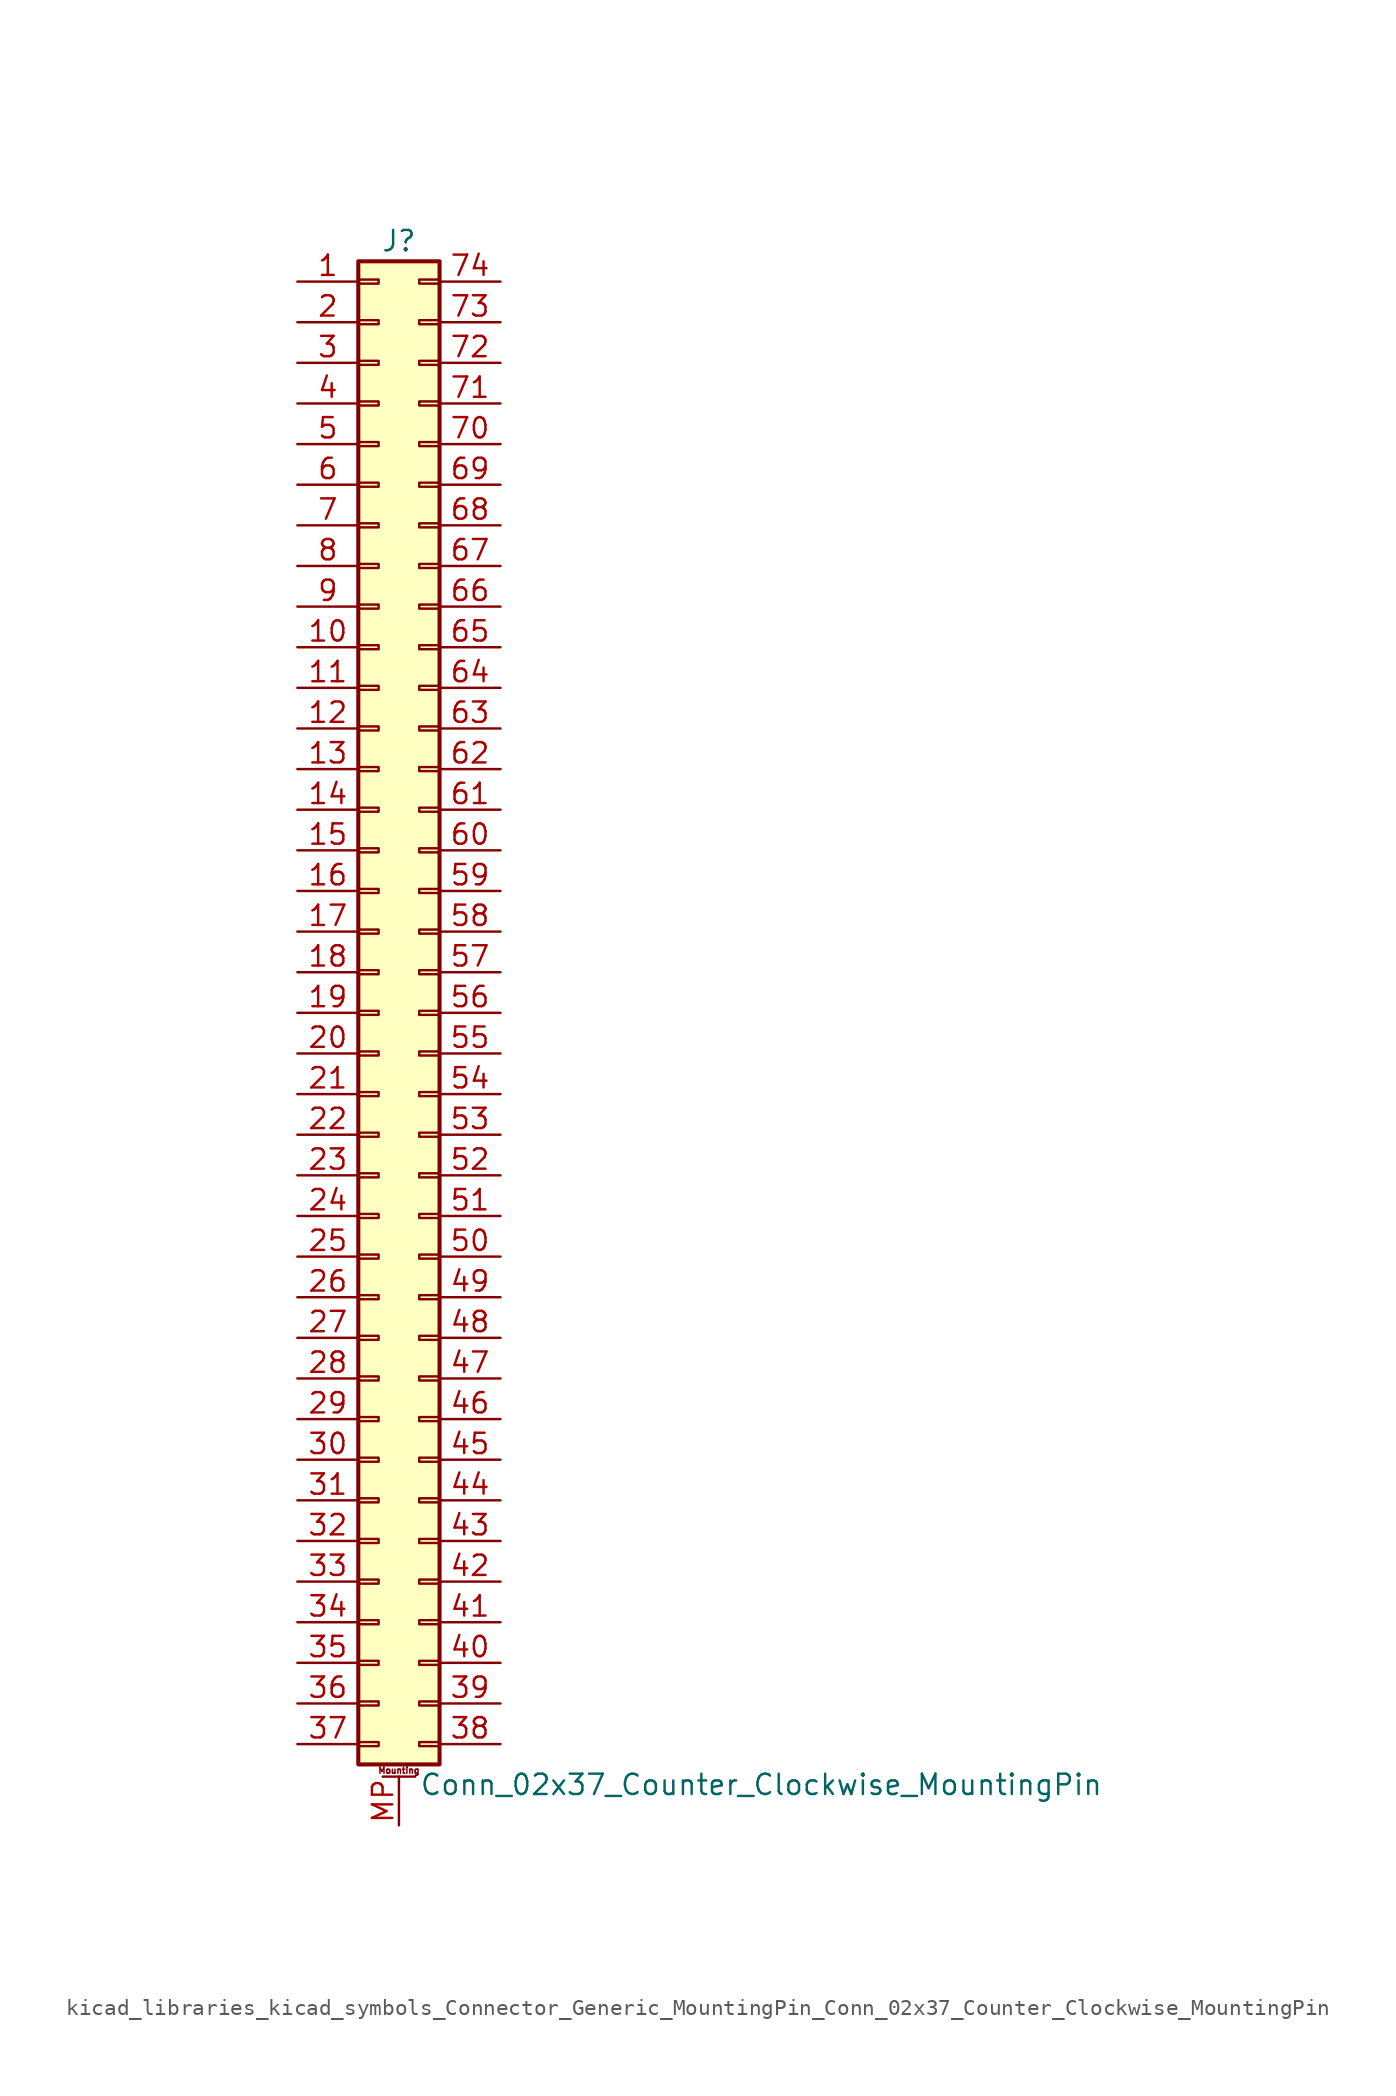
<source format=kicad_sym>
(kicad_symbol_lib
  (version 20220914)
  (generator kicad_symbol_editor)
  (symbol "kicad_libraries_kicad_symbols_Connector_Generic_MountingPin_Conn_02x37_Counter_Clockwise_MountingPin"
    (pin_names
      (offset 1.016) hide)
    (property "Reference" "J"
      (at 1.27 48.26 0)
      (effects (font (size 1.27 1.27))))
    (property "Value" "Conn_02x37_Counter_Clockwise_MountingPin"
      (at 2.54 -48.26 0)
      (effects (font (size 1.27 1.27)) (justify left)))
    (symbol "kicad_libraries_kicad_symbols_Connector_Generic_MountingPin_Conn_02x37_Counter_Clockwise_MountingPin_1_1"
      (rectangle (start -1.27 -45.593) (end 0 -45.847) (stroke (width 0.152) (type default)) (fill (type none)))
      (rectangle (start -1.27 -43.053) (end 0 -43.307) (stroke (width 0.152) (type default)) (fill (type none)))
      (rectangle (start -1.27 -40.513) (end 0 -40.767) (stroke (width 0.152) (type default)) (fill (type none)))
      (rectangle (start -1.27 -37.973) (end 0 -38.227) (stroke (width 0.152) (type default)) (fill (type none)))
      (rectangle (start -1.27 -35.433) (end 0 -35.687) (stroke (width 0.152) (type default)) (fill (type none)))
      (rectangle (start -1.27 -32.893) (end 0 -33.147) (stroke (width 0.152) (type default)) (fill (type none)))
      (rectangle (start -1.27 -30.353) (end 0 -30.607) (stroke (width 0.152) (type default)) (fill (type none)))
      (rectangle (start -1.27 -27.813) (end 0 -28.067) (stroke (width 0.152) (type default)) (fill (type none)))
      (rectangle (start -1.27 -25.273) (end 0 -25.527) (stroke (width 0.152) (type default)) (fill (type none)))
      (rectangle (start -1.27 -22.733) (end 0 -22.987) (stroke (width 0.152) (type default)) (fill (type none)))
      (rectangle (start -1.27 -20.193) (end 0 -20.447) (stroke (width 0.152) (type default)) (fill (type none)))
      (rectangle (start -1.27 -17.653) (end 0 -17.907) (stroke (width 0.152) (type default)) (fill (type none)))
      (rectangle (start -1.27 -15.113) (end 0 -15.367) (stroke (width 0.152) (type default)) (fill (type none)))
      (rectangle (start -1.27 -12.573) (end 0 -12.827) (stroke (width 0.152) (type default)) (fill (type none)))
      (rectangle (start -1.27 -10.033) (end 0 -10.287) (stroke (width 0.152) (type default)) (fill (type none)))
      (rectangle (start -1.27 -7.493) (end 0 -7.747) (stroke (width 0.152) (type default)) (fill (type none)))
      (rectangle (start -1.27 -4.953) (end 0 -5.207) (stroke (width 0.152) (type default)) (fill (type none)))
      (rectangle (start -1.27 -2.413) (end 0 -2.667) (stroke (width 0.152) (type default)) (fill (type none)))
      (rectangle (start -1.27 0.127) (end 0 -0.127) (stroke (width 0.152) (type default)) (fill (type none)))
      (rectangle (start -1.27 2.667) (end 0 2.413) (stroke (width 0.152) (type default)) (fill (type none)))
      (rectangle (start -1.27 5.207) (end 0 4.953) (stroke (width 0.152) (type default)) (fill (type none)))
      (rectangle (start -1.27 7.747) (end 0 7.493) (stroke (width 0.152) (type default)) (fill (type none)))
      (rectangle (start -1.27 10.287) (end 0 10.033) (stroke (width 0.152) (type default)) (fill (type none)))
      (rectangle (start -1.27 12.827) (end 0 12.573) (stroke (width 0.152) (type default)) (fill (type none)))
      (rectangle (start -1.27 15.367) (end 0 15.113) (stroke (width 0.152) (type default)) (fill (type none)))
      (rectangle (start -1.27 17.907) (end 0 17.653) (stroke (width 0.152) (type default)) (fill (type none)))
      (rectangle (start -1.27 20.447) (end 0 20.193) (stroke (width 0.152) (type default)) (fill (type none)))
      (rectangle (start -1.27 22.987) (end 0 22.733) (stroke (width 0.152) (type default)) (fill (type none)))
      (rectangle (start -1.27 25.527) (end 0 25.273) (stroke (width 0.152) (type default)) (fill (type none)))
      (rectangle (start -1.27 28.067) (end 0 27.813) (stroke (width 0.152) (type default)) (fill (type none)))
      (rectangle (start -1.27 30.607) (end 0 30.353) (stroke (width 0.152) (type default)) (fill (type none)))
      (rectangle (start -1.27 33.147) (end 0 32.893) (stroke (width 0.152) (type default)) (fill (type none)))
      (rectangle (start -1.27 35.687) (end 0 35.433) (stroke (width 0.152) (type default)) (fill (type none)))
      (rectangle (start -1.27 38.227) (end 0 37.973) (stroke (width 0.152) (type default)) (fill (type none)))
      (rectangle (start -1.27 40.767) (end 0 40.513) (stroke (width 0.152) (type default)) (fill (type none)))
      (rectangle (start -1.27 43.307) (end 0 43.053) (stroke (width 0.152) (type default)) (fill (type none)))
      (rectangle (start -1.27 45.847) (end 0 45.593) (stroke (width 0.152) (type default)) (fill (type none)))
      (rectangle (start -1.27 46.99) (end 3.81 -46.99) (stroke (width 0.254) (type default)) (fill (type background)))
      (polyline (pts (xy 0.254 -47.752) (xy 2.286 -47.752)) (stroke (width 0.152) (type default)) (fill (type none)))
      (rectangle (start 3.81 -45.593) (end 2.54 -45.847) (stroke (width 0.152) (type default)) (fill (type none)))
      (rectangle (start 3.81 -43.053) (end 2.54 -43.307) (stroke (width 0.152) (type default)) (fill (type none)))
      (rectangle (start 3.81 -40.513) (end 2.54 -40.767) (stroke (width 0.152) (type default)) (fill (type none)))
      (rectangle (start 3.81 -37.973) (end 2.54 -38.227) (stroke (width 0.152) (type default)) (fill (type none)))
      (rectangle (start 3.81 -35.433) (end 2.54 -35.687) (stroke (width 0.152) (type default)) (fill (type none)))
      (rectangle (start 3.81 -32.893) (end 2.54 -33.147) (stroke (width 0.152) (type default)) (fill (type none)))
      (rectangle (start 3.81 -30.353) (end 2.54 -30.607) (stroke (width 0.152) (type default)) (fill (type none)))
      (rectangle (start 3.81 -27.813) (end 2.54 -28.067) (stroke (width 0.152) (type default)) (fill (type none)))
      (rectangle (start 3.81 -25.273) (end 2.54 -25.527) (stroke (width 0.152) (type default)) (fill (type none)))
      (rectangle (start 3.81 -22.733) (end 2.54 -22.987) (stroke (width 0.152) (type default)) (fill (type none)))
      (rectangle (start 3.81 -20.193) (end 2.54 -20.447) (stroke (width 0.152) (type default)) (fill (type none)))
      (rectangle (start 3.81 -17.653) (end 2.54 -17.907) (stroke (width 0.152) (type default)) (fill (type none)))
      (rectangle (start 3.81 -15.113) (end 2.54 -15.367) (stroke (width 0.152) (type default)) (fill (type none)))
      (rectangle (start 3.81 -12.573) (end 2.54 -12.827) (stroke (width 0.152) (type default)) (fill (type none)))
      (rectangle (start 3.81 -10.033) (end 2.54 -10.287) (stroke (width 0.152) (type default)) (fill (type none)))
      (rectangle (start 3.81 -7.493) (end 2.54 -7.747) (stroke (width 0.152) (type default)) (fill (type none)))
      (rectangle (start 3.81 -4.953) (end 2.54 -5.207) (stroke (width 0.152) (type default)) (fill (type none)))
      (rectangle (start 3.81 -2.413) (end 2.54 -2.667) (stroke (width 0.152) (type default)) (fill (type none)))
      (rectangle (start 3.81 0.127) (end 2.54 -0.127) (stroke (width 0.152) (type default)) (fill (type none)))
      (rectangle (start 3.81 2.667) (end 2.54 2.413) (stroke (width 0.152) (type default)) (fill (type none)))
      (rectangle (start 3.81 5.207) (end 2.54 4.953) (stroke (width 0.152) (type default)) (fill (type none)))
      (rectangle (start 3.81 7.747) (end 2.54 7.493) (stroke (width 0.152) (type default)) (fill (type none)))
      (rectangle (start 3.81 10.287) (end 2.54 10.033) (stroke (width 0.152) (type default)) (fill (type none)))
      (rectangle (start 3.81 12.827) (end 2.54 12.573) (stroke (width 0.152) (type default)) (fill (type none)))
      (rectangle (start 3.81 15.367) (end 2.54 15.113) (stroke (width 0.152) (type default)) (fill (type none)))
      (rectangle (start 3.81 17.907) (end 2.54 17.653) (stroke (width 0.152) (type default)) (fill (type none)))
      (rectangle (start 3.81 20.447) (end 2.54 20.193) (stroke (width 0.152) (type default)) (fill (type none)))
      (rectangle (start 3.81 22.987) (end 2.54 22.733) (stroke (width 0.152) (type default)) (fill (type none)))
      (rectangle (start 3.81 25.527) (end 2.54 25.273) (stroke (width 0.152) (type default)) (fill (type none)))
      (rectangle (start 3.81 28.067) (end 2.54 27.813) (stroke (width 0.152) (type default)) (fill (type none)))
      (rectangle (start 3.81 30.607) (end 2.54 30.353) (stroke (width 0.152) (type default)) (fill (type none)))
      (rectangle (start 3.81 33.147) (end 2.54 32.893) (stroke (width 0.152) (type default)) (fill (type none)))
      (rectangle (start 3.81 35.687) (end 2.54 35.433) (stroke (width 0.152) (type default)) (fill (type none)))
      (rectangle (start 3.81 38.227) (end 2.54 37.973) (stroke (width 0.152) (type default)) (fill (type none)))
      (rectangle (start 3.81 40.767) (end 2.54 40.513) (stroke (width 0.152) (type default)) (fill (type none)))
      (rectangle (start 3.81 43.307) (end 2.54 43.053) (stroke (width 0.152) (type default)) (fill (type none)))
      (rectangle (start 3.81 45.847) (end 2.54 45.593) (stroke (width 0.152) (type default)) (fill (type none)))
      (text "Mounting" (at 1.27 -47.371 0) (effects (font (size 0.381 0.381))))
      (pin passive line (at -5.08 45.72 0) (length 3.81) (name "Pin_1" (effects (font (size 1.27 1.27)))) (number "1" (effects (font (size 1.27 1.27)))))
      (pin passive line (at -5.08 22.86 0) (length 3.81) (name "Pin_10" (effects (font (size 1.27 1.27)))) (number "10" (effects (font (size 1.27 1.27)))))
      (pin passive line (at -5.08 20.32 0) (length 3.81) (name "Pin_11" (effects (font (size 1.27 1.27)))) (number "11" (effects (font (size 1.27 1.27)))))
      (pin passive line (at -5.08 17.78 0) (length 3.81) (name "Pin_12" (effects (font (size 1.27 1.27)))) (number "12" (effects (font (size 1.27 1.27)))))
      (pin passive line (at -5.08 15.24 0) (length 3.81) (name "Pin_13" (effects (font (size 1.27 1.27)))) (number "13" (effects (font (size 1.27 1.27)))))
      (pin passive line (at -5.08 12.7 0) (length 3.81) (name "Pin_14" (effects (font (size 1.27 1.27)))) (number "14" (effects (font (size 1.27 1.27)))))
      (pin passive line (at -5.08 10.16 0) (length 3.81) (name "Pin_15" (effects (font (size 1.27 1.27)))) (number "15" (effects (font (size 1.27 1.27)))))
      (pin passive line (at -5.08 7.62 0) (length 3.81) (name "Pin_16" (effects (font (size 1.27 1.27)))) (number "16" (effects (font (size 1.27 1.27)))))
      (pin passive line (at -5.08 5.08 0) (length 3.81) (name "Pin_17" (effects (font (size 1.27 1.27)))) (number "17" (effects (font (size 1.27 1.27)))))
      (pin passive line (at -5.08 2.54 0) (length 3.81) (name "Pin_18" (effects (font (size 1.27 1.27)))) (number "18" (effects (font (size 1.27 1.27)))))
      (pin passive line (at -5.08 0 0) (length 3.81) (name "Pin_19" (effects (font (size 1.27 1.27)))) (number "19" (effects (font (size 1.27 1.27)))))
      (pin passive line (at -5.08 43.18 0) (length 3.81) (name "Pin_2" (effects (font (size 1.27 1.27)))) (number "2" (effects (font (size 1.27 1.27)))))
      (pin passive line (at -5.08 -2.54 0) (length 3.81) (name "Pin_20" (effects (font (size 1.27 1.27)))) (number "20" (effects (font (size 1.27 1.27)))))
      (pin passive line (at -5.08 -5.08 0) (length 3.81) (name "Pin_21" (effects (font (size 1.27 1.27)))) (number "21" (effects (font (size 1.27 1.27)))))
      (pin passive line (at -5.08 -7.62 0) (length 3.81) (name "Pin_22" (effects (font (size 1.27 1.27)))) (number "22" (effects (font (size 1.27 1.27)))))
      (pin passive line (at -5.08 -10.16 0) (length 3.81) (name "Pin_23" (effects (font (size 1.27 1.27)))) (number "23" (effects (font (size 1.27 1.27)))))
      (pin passive line (at -5.08 -12.7 0) (length 3.81) (name "Pin_24" (effects (font (size 1.27 1.27)))) (number "24" (effects (font (size 1.27 1.27)))))
      (pin passive line (at -5.08 -15.24 0) (length 3.81) (name "Pin_25" (effects (font (size 1.27 1.27)))) (number "25" (effects (font (size 1.27 1.27)))))
      (pin passive line (at -5.08 -17.78 0) (length 3.81) (name "Pin_26" (effects (font (size 1.27 1.27)))) (number "26" (effects (font (size 1.27 1.27)))))
      (pin passive line (at -5.08 -20.32 0) (length 3.81) (name "Pin_27" (effects (font (size 1.27 1.27)))) (number "27" (effects (font (size 1.27 1.27)))))
      (pin passive line (at -5.08 -22.86 0) (length 3.81) (name "Pin_28" (effects (font (size 1.27 1.27)))) (number "28" (effects (font (size 1.27 1.27)))))
      (pin passive line (at -5.08 -25.4 0) (length 3.81) (name "Pin_29" (effects (font (size 1.27 1.27)))) (number "29" (effects (font (size 1.27 1.27)))))
      (pin passive line (at -5.08 40.64 0) (length 3.81) (name "Pin_3" (effects (font (size 1.27 1.27)))) (number "3" (effects (font (size 1.27 1.27)))))
      (pin passive line (at -5.08 -27.94 0) (length 3.81) (name "Pin_30" (effects (font (size 1.27 1.27)))) (number "30" (effects (font (size 1.27 1.27)))))
      (pin passive line (at -5.08 -30.48 0) (length 3.81) (name "Pin_31" (effects (font (size 1.27 1.27)))) (number "31" (effects (font (size 1.27 1.27)))))
      (pin passive line (at -5.08 -33.02 0) (length 3.81) (name "Pin_32" (effects (font (size 1.27 1.27)))) (number "32" (effects (font (size 1.27 1.27)))))
      (pin passive line (at -5.08 -35.56 0) (length 3.81) (name "Pin_33" (effects (font (size 1.27 1.27)))) (number "33" (effects (font (size 1.27 1.27)))))
      (pin passive line (at -5.08 -38.1 0) (length 3.81) (name "Pin_34" (effects (font (size 1.27 1.27)))) (number "34" (effects (font (size 1.27 1.27)))))
      (pin passive line (at -5.08 -40.64 0) (length 3.81) (name "Pin_35" (effects (font (size 1.27 1.27)))) (number "35" (effects (font (size 1.27 1.27)))))
      (pin passive line (at -5.08 -43.18 0) (length 3.81) (name "Pin_36" (effects (font (size 1.27 1.27)))) (number "36" (effects (font (size 1.27 1.27)))))
      (pin passive line (at -5.08 -45.72 0) (length 3.81) (name "Pin_37" (effects (font (size 1.27 1.27)))) (number "37" (effects (font (size 1.27 1.27)))))
      (pin passive line (at 7.62 -45.72 180) (length 3.81) (name "Pin_38" (effects (font (size 1.27 1.27)))) (number "38" (effects (font (size 1.27 1.27)))))
      (pin passive line (at 7.62 -43.18 180) (length 3.81) (name "Pin_39" (effects (font (size 1.27 1.27)))) (number "39" (effects (font (size 1.27 1.27)))))
      (pin passive line (at -5.08 38.1 0) (length 3.81) (name "Pin_4" (effects (font (size 1.27 1.27)))) (number "4" (effects (font (size 1.27 1.27)))))
      (pin passive line (at 7.62 -40.64 180) (length 3.81) (name "Pin_40" (effects (font (size 1.27 1.27)))) (number "40" (effects (font (size 1.27 1.27)))))
      (pin passive line (at 7.62 -38.1 180) (length 3.81) (name "Pin_41" (effects (font (size 1.27 1.27)))) (number "41" (effects (font (size 1.27 1.27)))))
      (pin passive line (at 7.62 -35.56 180) (length 3.81) (name "Pin_42" (effects (font (size 1.27 1.27)))) (number "42" (effects (font (size 1.27 1.27)))))
      (pin passive line (at 7.62 -33.02 180) (length 3.81) (name "Pin_43" (effects (font (size 1.27 1.27)))) (number "43" (effects (font (size 1.27 1.27)))))
      (pin passive line (at 7.62 -30.48 180) (length 3.81) (name "Pin_44" (effects (font (size 1.27 1.27)))) (number "44" (effects (font (size 1.27 1.27)))))
      (pin passive line (at 7.62 -27.94 180) (length 3.81) (name "Pin_45" (effects (font (size 1.27 1.27)))) (number "45" (effects (font (size 1.27 1.27)))))
      (pin passive line (at 7.62 -25.4 180) (length 3.81) (name "Pin_46" (effects (font (size 1.27 1.27)))) (number "46" (effects (font (size 1.27 1.27)))))
      (pin passive line (at 7.62 -22.86 180) (length 3.81) (name "Pin_47" (effects (font (size 1.27 1.27)))) (number "47" (effects (font (size 1.27 1.27)))))
      (pin passive line (at 7.62 -20.32 180) (length 3.81) (name "Pin_48" (effects (font (size 1.27 1.27)))) (number "48" (effects (font (size 1.27 1.27)))))
      (pin passive line (at 7.62 -17.78 180) (length 3.81) (name "Pin_49" (effects (font (size 1.27 1.27)))) (number "49" (effects (font (size 1.27 1.27)))))
      (pin passive line (at -5.08 35.56 0) (length 3.81) (name "Pin_5" (effects (font (size 1.27 1.27)))) (number "5" (effects (font (size 1.27 1.27)))))
      (pin passive line (at 7.62 -15.24 180) (length 3.81) (name "Pin_50" (effects (font (size 1.27 1.27)))) (number "50" (effects (font (size 1.27 1.27)))))
      (pin passive line (at 7.62 -12.7 180) (length 3.81) (name "Pin_51" (effects (font (size 1.27 1.27)))) (number "51" (effects (font (size 1.27 1.27)))))
      (pin passive line (at 7.62 -10.16 180) (length 3.81) (name "Pin_52" (effects (font (size 1.27 1.27)))) (number "52" (effects (font (size 1.27 1.27)))))
      (pin passive line (at 7.62 -7.62 180) (length 3.81) (name "Pin_53" (effects (font (size 1.27 1.27)))) (number "53" (effects (font (size 1.27 1.27)))))
      (pin passive line (at 7.62 -5.08 180) (length 3.81) (name "Pin_54" (effects (font (size 1.27 1.27)))) (number "54" (effects (font (size 1.27 1.27)))))
      (pin passive line (at 7.62 -2.54 180) (length 3.81) (name "Pin_55" (effects (font (size 1.27 1.27)))) (number "55" (effects (font (size 1.27 1.27)))))
      (pin passive line (at 7.62 0 180) (length 3.81) (name "Pin_56" (effects (font (size 1.27 1.27)))) (number "56" (effects (font (size 1.27 1.27)))))
      (pin passive line (at 7.62 2.54 180) (length 3.81) (name "Pin_57" (effects (font (size 1.27 1.27)))) (number "57" (effects (font (size 1.27 1.27)))))
      (pin passive line (at 7.62 5.08 180) (length 3.81) (name "Pin_58" (effects (font (size 1.27 1.27)))) (number "58" (effects (font (size 1.27 1.27)))))
      (pin passive line (at 7.62 7.62 180) (length 3.81) (name "Pin_59" (effects (font (size 1.27 1.27)))) (number "59" (effects (font (size 1.27 1.27)))))
      (pin passive line (at -5.08 33.02 0) (length 3.81) (name "Pin_6" (effects (font (size 1.27 1.27)))) (number "6" (effects (font (size 1.27 1.27)))))
      (pin passive line (at 7.62 10.16 180) (length 3.81) (name "Pin_60" (effects (font (size 1.27 1.27)))) (number "60" (effects (font (size 1.27 1.27)))))
      (pin passive line (at 7.62 12.7 180) (length 3.81) (name "Pin_61" (effects (font (size 1.27 1.27)))) (number "61" (effects (font (size 1.27 1.27)))))
      (pin passive line (at 7.62 15.24 180) (length 3.81) (name "Pin_62" (effects (font (size 1.27 1.27)))) (number "62" (effects (font (size 1.27 1.27)))))
      (pin passive line (at 7.62 17.78 180) (length 3.81) (name "Pin_63" (effects (font (size 1.27 1.27)))) (number "63" (effects (font (size 1.27 1.27)))))
      (pin passive line (at 7.62 20.32 180) (length 3.81) (name "Pin_64" (effects (font (size 1.27 1.27)))) (number "64" (effects (font (size 1.27 1.27)))))
      (pin passive line (at 7.62 22.86 180) (length 3.81) (name "Pin_65" (effects (font (size 1.27 1.27)))) (number "65" (effects (font (size 1.27 1.27)))))
      (pin passive line (at 7.62 25.4 180) (length 3.81) (name "Pin_66" (effects (font (size 1.27 1.27)))) (number "66" (effects (font (size 1.27 1.27)))))
      (pin passive line (at 7.62 27.94 180) (length 3.81) (name "Pin_67" (effects (font (size 1.27 1.27)))) (number "67" (effects (font (size 1.27 1.27)))))
      (pin passive line (at 7.62 30.48 180) (length 3.81) (name "Pin_68" (effects (font (size 1.27 1.27)))) (number "68" (effects (font (size 1.27 1.27)))))
      (pin passive line (at 7.62 33.02 180) (length 3.81) (name "Pin_69" (effects (font (size 1.27 1.27)))) (number "69" (effects (font (size 1.27 1.27)))))
      (pin passive line (at -5.08 30.48 0) (length 3.81) (name "Pin_7" (effects (font (size 1.27 1.27)))) (number "7" (effects (font (size 1.27 1.27)))))
      (pin passive line (at 7.62 35.56 180) (length 3.81) (name "Pin_70" (effects (font (size 1.27 1.27)))) (number "70" (effects (font (size 1.27 1.27)))))
      (pin passive line (at 7.62 38.1 180) (length 3.81) (name "Pin_71" (effects (font (size 1.27 1.27)))) (number "71" (effects (font (size 1.27 1.27)))))
      (pin passive line (at 7.62 40.64 180) (length 3.81) (name "Pin_72" (effects (font (size 1.27 1.27)))) (number "72" (effects (font (size 1.27 1.27)))))
      (pin passive line (at 7.62 43.18 180) (length 3.81) (name "Pin_73" (effects (font (size 1.27 1.27)))) (number "73" (effects (font (size 1.27 1.27)))))
      (pin passive line (at 7.62 45.72 180) (length 3.81) (name "Pin_74" (effects (font (size 1.27 1.27)))) (number "74" (effects (font (size 1.27 1.27)))))
      (pin passive line (at -5.08 27.94 0) (length 3.81) (name "Pin_8" (effects (font (size 1.27 1.27)))) (number "8" (effects (font (size 1.27 1.27)))))
      (pin passive line (at -5.08 25.4 0) (length 3.81) (name "Pin_9" (effects (font (size 1.27 1.27)))) (number "9" (effects (font (size 1.27 1.27)))))
      (pin passive line (at 1.27 -50.8 90) (length 3.048) (name "MountPin" (effects (font (size 1.27 1.27)))) (number "MP" (effects (font (size 1.27 1.27))))))))
</source>
